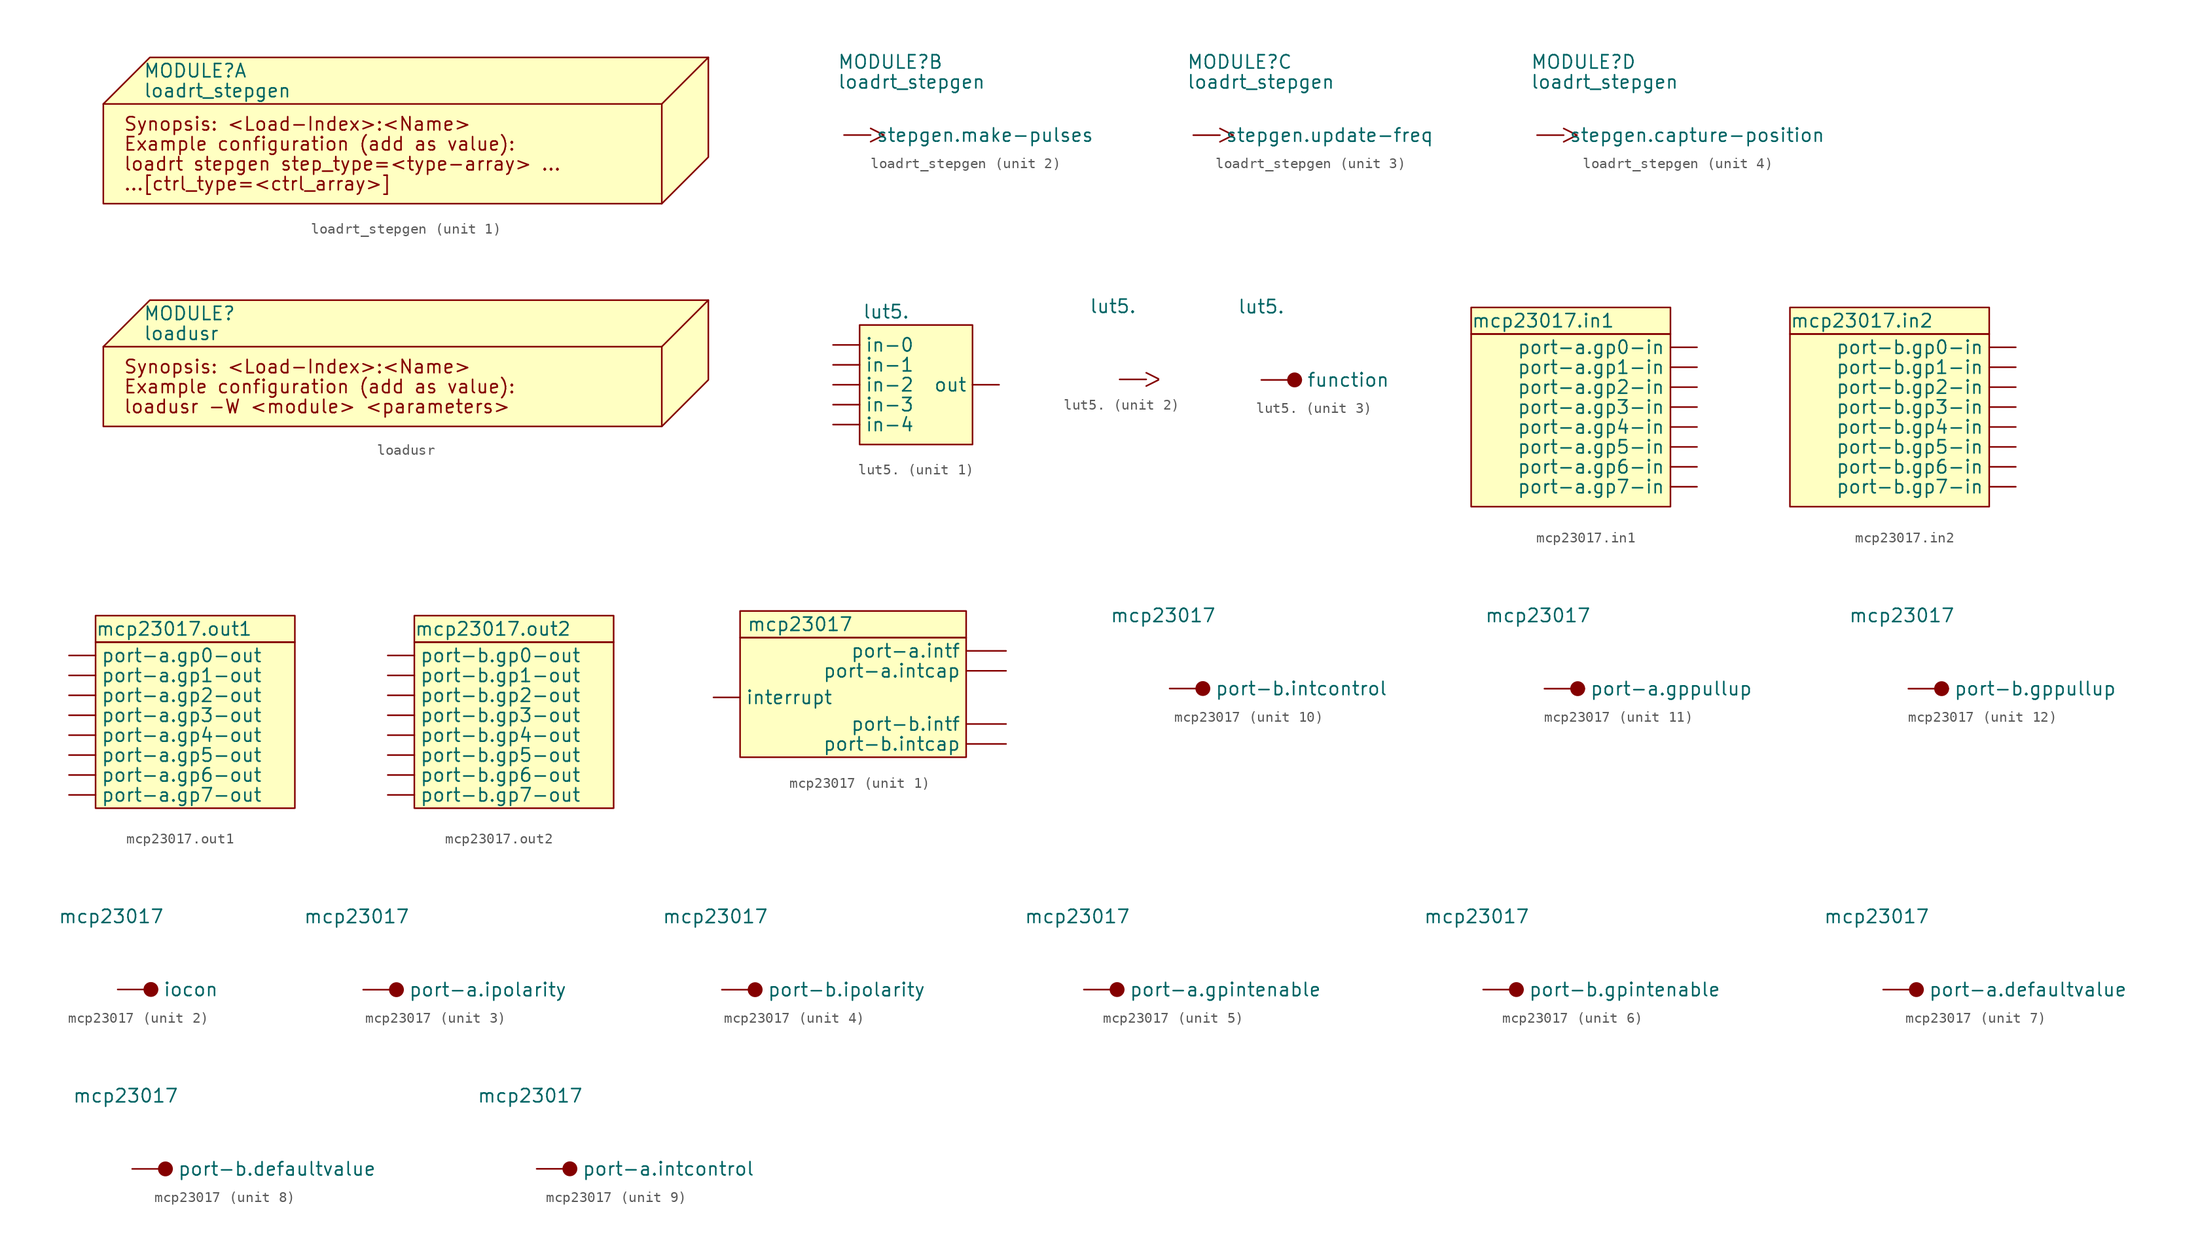
<source format=kicad_sym>
(kicad_symbol_lib
  (version 20220914)
  (generator kicad_symbol_editor)
  (symbol "loadrt_stepgen"
    (pin_numbers hide)
    (property "Reference" "MODULE"
      (at -11.43 6.985 0)
      (effects (font (size 1.27 1.27)) (justify left)))
    (property "Value" "loadrt_stepgen"
      (at -11.43 5.08 0)
      (effects (font (size 1.27 1.27)) (justify left)))
    (property "ki_locked" ""
      (at 0 0 0)
      (effects (font (size 1.27 1.27))))
    (symbol "loadrt_stepgen_1_0"
      (rectangle (start -15.24 3.81) (end 38.1 -5.715) (stroke (width 0.152) (type default)) (fill (type background)))
      (polyline (pts (xy 38.1 3.81) (xy 42.545 8.255)) (stroke (width 0.152) (type default)) (fill (type none)))
      (polyline (pts (xy -15.24 3.81) (xy -10.795 8.255) (xy 42.545 8.255) (xy 42.545 -1.27) (xy 38.1 -5.715)) (stroke (width 0.152) (type default)) (fill (type background))))
    (symbol "loadrt_stepgen_1_1"
      (text "...[ctrl_type=<ctrl_array>]" (at -13.335 -3.81 0) (effects (font (size 1.27 1.27)) (justify left)))
      (text "Example configuration (add as value):" (at -13.335 0 0) (effects (font (size 1.27 1.27)) (justify left)))
      (text "loadrt stepgen step_type=<type-array> ..." (at -13.335 -1.905 0) (effects (font (size 1.27 1.27)) (justify left)))
      (text "Synopsis: <Load-Index>:<Name>" (at -13.335 1.905 0) (effects (font (size 1.27 1.27)) (justify left))))
    (symbol "loadrt_stepgen_2_1"
      (pin input clock (at -10.795 0 0) (length 2.54) (name "stepgen.make-pulses" (effects (font (size 1.27 1.27)))) (number "1" (effects (font (size 1.27 1.27))))))
    (symbol "loadrt_stepgen_3_1"
      (pin input clock (at -10.795 0 0) (length 2.54) (name "stepgen.update-freq" (effects (font (size 1.27 1.27)))) (number "2" (effects (font (size 1.27 1.27))))))
    (symbol "loadrt_stepgen_4_1"
      (pin input clock (at -10.795 0 0) (length 2.54) (name "stepgen.capture-position" (effects (font (size 1.27 1.27)))) (number "3" (effects (font (size 1.27 1.27)))))))
  (symbol "loadusr"
    (property "Reference" "MODULE"
      (at -11.43 6.985 0)
      (effects (font (size 1.27 1.27)) (justify left)))
    (property "Value" "loadusr"
      (at -11.43 5.08 0)
      (effects (font (size 1.27 1.27)) (justify left)))
    (symbol "loadusr_0_0"
      (rectangle (start -15.24 3.81) (end 38.1 -3.81) (stroke (width 0.152) (type default)) (fill (type background)))
      (polyline (pts (xy 38.1 3.81) (xy 42.545 8.255)) (stroke (width 0.152) (type default)) (fill (type none)))
      (polyline (pts (xy -15.24 3.81) (xy -10.795 8.255) (xy 42.545 8.255) (xy 42.545 0.635) (xy 38.1 -3.81)) (stroke (width 0.152) (type default)) (fill (type background)))
      (text "Example configuration (add as value):" (at -13.335 0 0) (effects (font (size 1.27 1.27)) (justify left)))
      (text "loadusr -W <module> <parameters>" (at -13.335 -1.905 0) (effects (font (size 1.27 1.27)) (justify left)))
      (text "Synopsis: <Load-Index>:<Name>" (at -13.335 1.905 0) (effects (font (size 1.27 1.27)) (justify left)))))
  (symbol "lut5."
    (pin_numbers hide)
    (property "Reference" "LUT"
      (at 0 0 0)
      (effects (font (size 1.27 1.27)) hide))
    (property "Value" "lut5."
      (at -3.81 6.985 0)
      (effects (font (size 1.27 1.27))))
    (property "ki_locked" ""
      (at 0 0 0)
      (effects (font (size 1.27 1.27))))
    (symbol "lut5._1_1"
      (rectangle (start -6.35 5.715) (end 4.445 -5.715) (stroke (width 0.152) (type default)) (fill (type background)))
      (pin input line (at -8.89 3.81 0) (length 2.54) (name "in-0" (effects (font (size 1.27 1.27)))) (number "1" (effects (font (size 1.27 1.27)))))
      (pin input line (at -8.89 1.905 0) (length 2.54) (name "in-1" (effects (font (size 1.27 1.27)))) (number "2" (effects (font (size 1.27 1.27)))))
      (pin input line (at -8.89 0 0) (length 2.54) (name "in-2" (effects (font (size 1.27 1.27)))) (number "3" (effects (font (size 1.27 1.27)))))
      (pin input line (at -8.89 -1.905 0) (length 2.54) (name "in-3" (effects (font (size 1.27 1.27)))) (number "4" (effects (font (size 1.27 1.27)))))
      (pin input line (at -8.89 -3.81 0) (length 2.54) (name "in-4" (effects (font (size 1.27 1.27)))) (number "5" (effects (font (size 1.27 1.27)))))
      (pin output line (at 6.985 0 180) (length 2.54) (name "out" (effects (font (size 1.27 1.27)))) (number "6" (effects (font (size 1.27 1.27))))))
    (symbol "lut5._2_1"
      (pin input clock (at -3.175 0 0) (length 2.54) (name "" (effects (font (size 1.27 1.27)))) (number "7" (effects (font (size 1.27 1.27))))))
    (symbol "lut5._3_1"
      (circle (center -0.635 0) (radius 0.635) (stroke (width 0.152) (type default)) (fill (type outline)))
      (pin input line (at -3.81 0 0) (length 3.81) (name "function" (effects (font (size 1.27 1.27)))) (number "7" (effects (font (size 1.27 1.27)))))))
  (symbol "mcp23017.in1"
    (pin_numbers hide)
    (property "Reference" "HAL_MCP23017"
      (at 0.635 0 0)
      (effects (font (size 1.27 1.27)) hide))
    (property "Value" "mcp23017.in1"
      (at -8.89 9.525 0)
      (effects (font (size 1.27 1.27)) (justify left)))
    (symbol "mcp23017.in1_1_1"
      (rectangle (start -8.89 8.255) (end 10.16 -8.255) (stroke (width 0.152) (type default)) (fill (type background)))
      (rectangle (start -8.89 10.795) (end 10.16 8.255) (stroke (width 0.152) (type default)) (fill (type background)))
      (pin output line (at 12.7 6.985 180) (length 2.54) (name "port-a.gp0-in" (effects (font (size 1.27 1.27)))) (number "1" (effects (font (size 1.27 1.27)))))
      (pin output line (at 12.7 5.08 180) (length 2.54) (name "port-a.gp1-in" (effects (font (size 1.27 1.27)))) (number "2" (effects (font (size 1.27 1.27)))))
      (pin output line (at 12.7 3.175 180) (length 2.54) (name "port-a.gp2-in" (effects (font (size 1.27 1.27)))) (number "3" (effects (font (size 1.27 1.27)))))
      (pin output line (at 12.7 1.27 180) (length 2.54) (name "port-a.gp3-in" (effects (font (size 1.27 1.27)))) (number "4" (effects (font (size 1.27 1.27)))))
      (pin output line (at 12.7 -0.635 180) (length 2.54) (name "port-a.gp4-in" (effects (font (size 1.27 1.27)))) (number "5" (effects (font (size 1.27 1.27)))))
      (pin output line (at 12.7 -2.54 180) (length 2.54) (name "port-a.gp5-in" (effects (font (size 1.27 1.27)))) (number "6" (effects (font (size 1.27 1.27)))))
      (pin output line (at 12.7 -4.445 180) (length 2.54) (name "port-a.gp6-in" (effects (font (size 1.27 1.27)))) (number "7" (effects (font (size 1.27 1.27)))))
      (pin output line (at 12.7 -6.35 180) (length 2.54) (name "port-a.gp7-in" (effects (font (size 1.27 1.27)))) (number "8" (effects (font (size 1.27 1.27)))))))
  (symbol "mcp23017.in2"
    (pin_numbers hide)
    (property "Reference" "HAL_MCP23017"
      (at 0 0 0)
      (effects (font (size 1.27 1.27)) hide))
    (property "Value" "mcp23017.in2"
      (at -8.89 9.525 0)
      (effects (font (size 1.27 1.27)) (justify left)))
    (symbol "mcp23017.in2_1_1"
      (rectangle (start -8.89 8.255) (end 10.16 -8.255) (stroke (width 0.152) (type default)) (fill (type background)))
      (rectangle (start -8.89 10.795) (end 10.16 8.255) (stroke (width 0.152) (type default)) (fill (type background)))
      (pin output line (at 12.7 6.985 180) (length 2.54) (name "port-b.gp0-in" (effects (font (size 1.27 1.27)))) (number "1" (effects (font (size 1.27 1.27)))))
      (pin output line (at 12.7 5.08 180) (length 2.54) (name "port-b.gp1-in" (effects (font (size 1.27 1.27)))) (number "2" (effects (font (size 1.27 1.27)))))
      (pin output line (at 12.7 3.175 180) (length 2.54) (name "port-b.gp2-in" (effects (font (size 1.27 1.27)))) (number "3" (effects (font (size 1.27 1.27)))))
      (pin output line (at 12.7 1.27 180) (length 2.54) (name "port-b.gp3-in" (effects (font (size 1.27 1.27)))) (number "4" (effects (font (size 1.27 1.27)))))
      (pin output line (at 12.7 -0.635 180) (length 2.54) (name "port-b.gp4-in" (effects (font (size 1.27 1.27)))) (number "5" (effects (font (size 1.27 1.27)))))
      (pin output line (at 12.7 -2.54 180) (length 2.54) (name "port-b.gp5-in" (effects (font (size 1.27 1.27)))) (number "6" (effects (font (size 1.27 1.27)))))
      (pin output line (at 12.7 -4.445 180) (length 2.54) (name "port-b.gp6-in" (effects (font (size 1.27 1.27)))) (number "7" (effects (font (size 1.27 1.27)))))
      (pin output line (at 12.7 -6.35 180) (length 2.54) (name "port-b.gp7-in" (effects (font (size 1.27 1.27)))) (number "8" (effects (font (size 1.27 1.27)))))))
  (symbol "mcp23017.out1"
    (pin_numbers hide)
    (property "Reference" "HAL_MCP23017"
      (at 0 0 0)
      (effects (font (size 1.27 1.27)) hide))
    (property "Value" "mcp23017.out1"
      (at -9.525 8.89 0)
      (effects (font (size 1.27 1.27)) (justify left)))
    (symbol "mcp23017.out1_1_1"
      (rectangle (start -9.525 7.62) (end 9.525 -8.255) (stroke (width 0.152) (type default)) (fill (type background)))
      (rectangle (start -9.525 10.16) (end 9.525 7.62) (stroke (width 0.152) (type default)) (fill (type background)))
      (pin input line (at -12.065 6.35 0) (length 2.54) (name "port-a.gp0-out" (effects (font (size 1.27 1.27)))) (number "1" (effects (font (size 1.27 1.27)))))
      (pin input line (at -12.065 4.445 0) (length 2.54) (name "port-a.gp1-out" (effects (font (size 1.27 1.27)))) (number "2" (effects (font (size 1.27 1.27)))))
      (pin input line (at -12.065 2.54 0) (length 2.54) (name "port-a.gp2-out" (effects (font (size 1.27 1.27)))) (number "3" (effects (font (size 1.27 1.27)))))
      (pin input line (at -12.065 0.635 0) (length 2.54) (name "port-a.gp3-out" (effects (font (size 1.27 1.27)))) (number "4" (effects (font (size 1.27 1.27)))))
      (pin input line (at -12.065 -1.27 0) (length 2.54) (name "port-a.gp4-out" (effects (font (size 1.27 1.27)))) (number "5" (effects (font (size 1.27 1.27)))))
      (pin input line (at -12.065 -3.175 0) (length 2.54) (name "port-a.gp5-out" (effects (font (size 1.27 1.27)))) (number "6" (effects (font (size 1.27 1.27)))))
      (pin input line (at -12.065 -5.08 0) (length 2.54) (name "port-a.gp6-out" (effects (font (size 1.27 1.27)))) (number "7" (effects (font (size 1.27 1.27)))))
      (pin input line (at -12.065 -6.985 0) (length 2.54) (name "port-a.gp7-out" (effects (font (size 1.27 1.27)))) (number "8" (effects (font (size 1.27 1.27)))))))
  (symbol "mcp23017.out2"
    (pin_numbers hide)
    (property "Reference" "HAL_MCP23017"
      (at 0 0 0)
      (effects (font (size 1.27 1.27)) hide))
    (property "Value" "mcp23017.out2"
      (at -9.525 8.89 0)
      (effects (font (size 1.27 1.27)) (justify left)))
    (symbol "mcp23017.out2_1_1"
      (rectangle (start -9.525 7.62) (end 9.525 -8.255) (stroke (width 0.152) (type default)) (fill (type background)))
      (rectangle (start -9.525 10.16) (end 9.525 7.62) (stroke (width 0.152) (type default)) (fill (type background)))
      (pin input line (at -12.065 6.35 0) (length 2.54) (name "port-b.gp0-out" (effects (font (size 1.27 1.27)))) (number "1" (effects (font (size 1.27 1.27)))))
      (pin input line (at -12.065 4.445 0) (length 2.54) (name "port-b.gp1-out" (effects (font (size 1.27 1.27)))) (number "2" (effects (font (size 1.27 1.27)))))
      (pin input line (at -12.065 2.54 0) (length 2.54) (name "port-b.gp2-out" (effects (font (size 1.27 1.27)))) (number "3" (effects (font (size 1.27 1.27)))))
      (pin input line (at -12.065 0.635 0) (length 2.54) (name "port-b.gp3-out" (effects (font (size 1.27 1.27)))) (number "4" (effects (font (size 1.27 1.27)))))
      (pin input line (at -12.065 -1.27 0) (length 2.54) (name "port-b.gp4-out" (effects (font (size 1.27 1.27)))) (number "5" (effects (font (size 1.27 1.27)))))
      (pin input line (at -12.065 -3.175 0) (length 2.54) (name "port-b.gp5-out" (effects (font (size 1.27 1.27)))) (number "6" (effects (font (size 1.27 1.27)))))
      (pin input line (at -12.065 -5.08 0) (length 2.54) (name "port-b.gp6-out" (effects (font (size 1.27 1.27)))) (number "7" (effects (font (size 1.27 1.27)))))
      (pin input line (at -12.065 -6.985 0) (length 2.54) (name "port-b.gp7-out" (effects (font (size 1.27 1.27)))) (number "8" (effects (font (size 1.27 1.27)))))))
  (symbol "mcp23017"
    (pin_numbers hide)
    (property "Reference" "HAL_MCP23017"
      (at 3.175 8.89 0)
      (effects (font (size 1.27 1.27)) hide))
    (property "Value" "mcp23017"
      (at -10.16 6.985 0)
      (effects (font (size 1.27 1.27)) (justify left)))
    (property "ki_locked" ""
      (at 0 0 0)
      (effects (font (size 1.27 1.27))))
    (symbol "mcp23017_1_1"
      (rectangle (start -10.795 5.715) (end 10.795 -5.715) (stroke (width 0.152) (type default)) (fill (type background)))
      (rectangle (start -10.795 8.255) (end 10.795 5.715) (stroke (width 0.152) (type default)) (fill (type background)))
      (pin input line (at -13.335 0 0) (length 2.54) (name "interrupt" (effects (font (size 1.27 1.27)))) (number "1" (effects (font (size 1.27 1.27)))))
      (pin output line (at 14.605 4.445 180) (length 3.81) (name "port-a.intf" (effects (font (size 1.27 1.27)))) (number "2" (effects (font (size 1.27 1.27)))))
      (pin output line (at 14.605 -2.54 180) (length 3.81) (name "port-b.intf" (effects (font (size 1.27 1.27)))) (number "3" (effects (font (size 1.27 1.27)))))
      (pin output line (at 14.605 2.54 180) (length 3.81) (name "port-a.intcap" (effects (font (size 1.27 1.27)))) (number "4" (effects (font (size 1.27 1.27)))))
      (pin output line (at 14.605 -4.445 180) (length 3.81) (name "port-b.intcap" (effects (font (size 1.27 1.27)))) (number "5" (effects (font (size 1.27 1.27))))))
    (symbol "mcp23017_2_1"
      (circle (center -1.27 0) (radius 0.635) (stroke (width 0.152) (type default)) (fill (type outline)))
      (pin bidirectional line (at -4.445 0 0) (length 3.81) (name "iocon" (effects (font (size 1.27 1.27)))) (number "6" (effects (font (size 1.27 1.27))))))
    (symbol "mcp23017_3_1"
      (circle (center -1.27 0) (radius 0.635) (stroke (width 0.152) (type default)) (fill (type outline)))
      (pin bidirectional line (at -4.445 0 0) (length 3.81) (name "port-a.ipolarity" (effects (font (size 1.27 1.27)))) (number "7" (effects (font (size 1.27 1.27))))))
    (symbol "mcp23017_4_1"
      (circle (center -1.27 0) (radius 0.635) (stroke (width 0.152) (type default)) (fill (type outline)))
      (pin bidirectional line (at -4.445 0 0) (length 3.81) (name "port-b.ipolarity" (effects (font (size 1.27 1.27)))) (number "8" (effects (font (size 1.27 1.27))))))
    (symbol "mcp23017_5_1"
      (circle (center -1.27 0) (radius 0.635) (stroke (width 0.152) (type default)) (fill (type outline)))
      (pin bidirectional line (at -4.445 0 0) (length 3.81) (name "port-a.gpintenable" (effects (font (size 1.27 1.27)))) (number "9" (effects (font (size 1.27 1.27))))))
    (symbol "mcp23017_6_1"
      (circle (center -1.27 0) (radius 0.635) (stroke (width 0.152) (type default)) (fill (type outline)))
      (pin bidirectional line (at -4.445 0 0) (length 3.81) (name "port-b.gpintenable" (effects (font (size 1.27 1.27)))) (number "10" (effects (font (size 1.27 1.27))))))
    (symbol "mcp23017_7_1"
      (circle (center -1.27 0) (radius 0.635) (stroke (width 0.152) (type default)) (fill (type outline)))
      (pin bidirectional line (at -4.445 0 0) (length 3.81) (name "port-a.defaultvalue" (effects (font (size 1.27 1.27)))) (number "11" (effects (font (size 1.27 1.27))))))
    (symbol "mcp23017_8_1"
      (circle (center -1.27 0) (radius 0.635) (stroke (width 0.152) (type default)) (fill (type outline)))
      (pin bidirectional line (at -4.445 0 0) (length 3.81) (name "port-b.defaultvalue" (effects (font (size 1.27 1.27)))) (number "12" (effects (font (size 1.27 1.27))))))
    (symbol "mcp23017_9_1"
      (circle (center -1.27 0) (radius 0.635) (stroke (width 0.152) (type default)) (fill (type outline)))
      (pin bidirectional line (at -4.445 0 0) (length 3.81) (name "port-a.intcontrol" (effects (font (size 1.27 1.27)))) (number "13" (effects (font (size 1.27 1.27))))))
    (symbol "mcp23017_10_1"
      (circle (center -1.27 0) (radius 0.635) (stroke (width 0.152) (type default)) (fill (type outline)))
      (pin bidirectional line (at -4.445 0 0) (length 3.81) (name "port-b.intcontrol" (effects (font (size 1.27 1.27)))) (number "14" (effects (font (size 1.27 1.27))))))
    (symbol "mcp23017_11_1"
      (circle (center -1.27 0) (radius 0.635) (stroke (width 0.152) (type default)) (fill (type outline)))
      (pin bidirectional line (at -4.445 0 0) (length 3.81) (name "port-a.gppullup" (effects (font (size 1.27 1.27)))) (number "15" (effects (font (size 1.27 1.27))))))
    (symbol "mcp23017_12_1"
      (circle (center -1.27 0) (radius 0.635) (stroke (width 0.152) (type default)) (fill (type outline)))
      (pin bidirectional line (at -4.445 0 0) (length 3.81) (name "port-b.gppullup" (effects (font (size 1.27 1.27)))) (number "16" (effects (font (size 1.27 1.27))))))))
</source>
